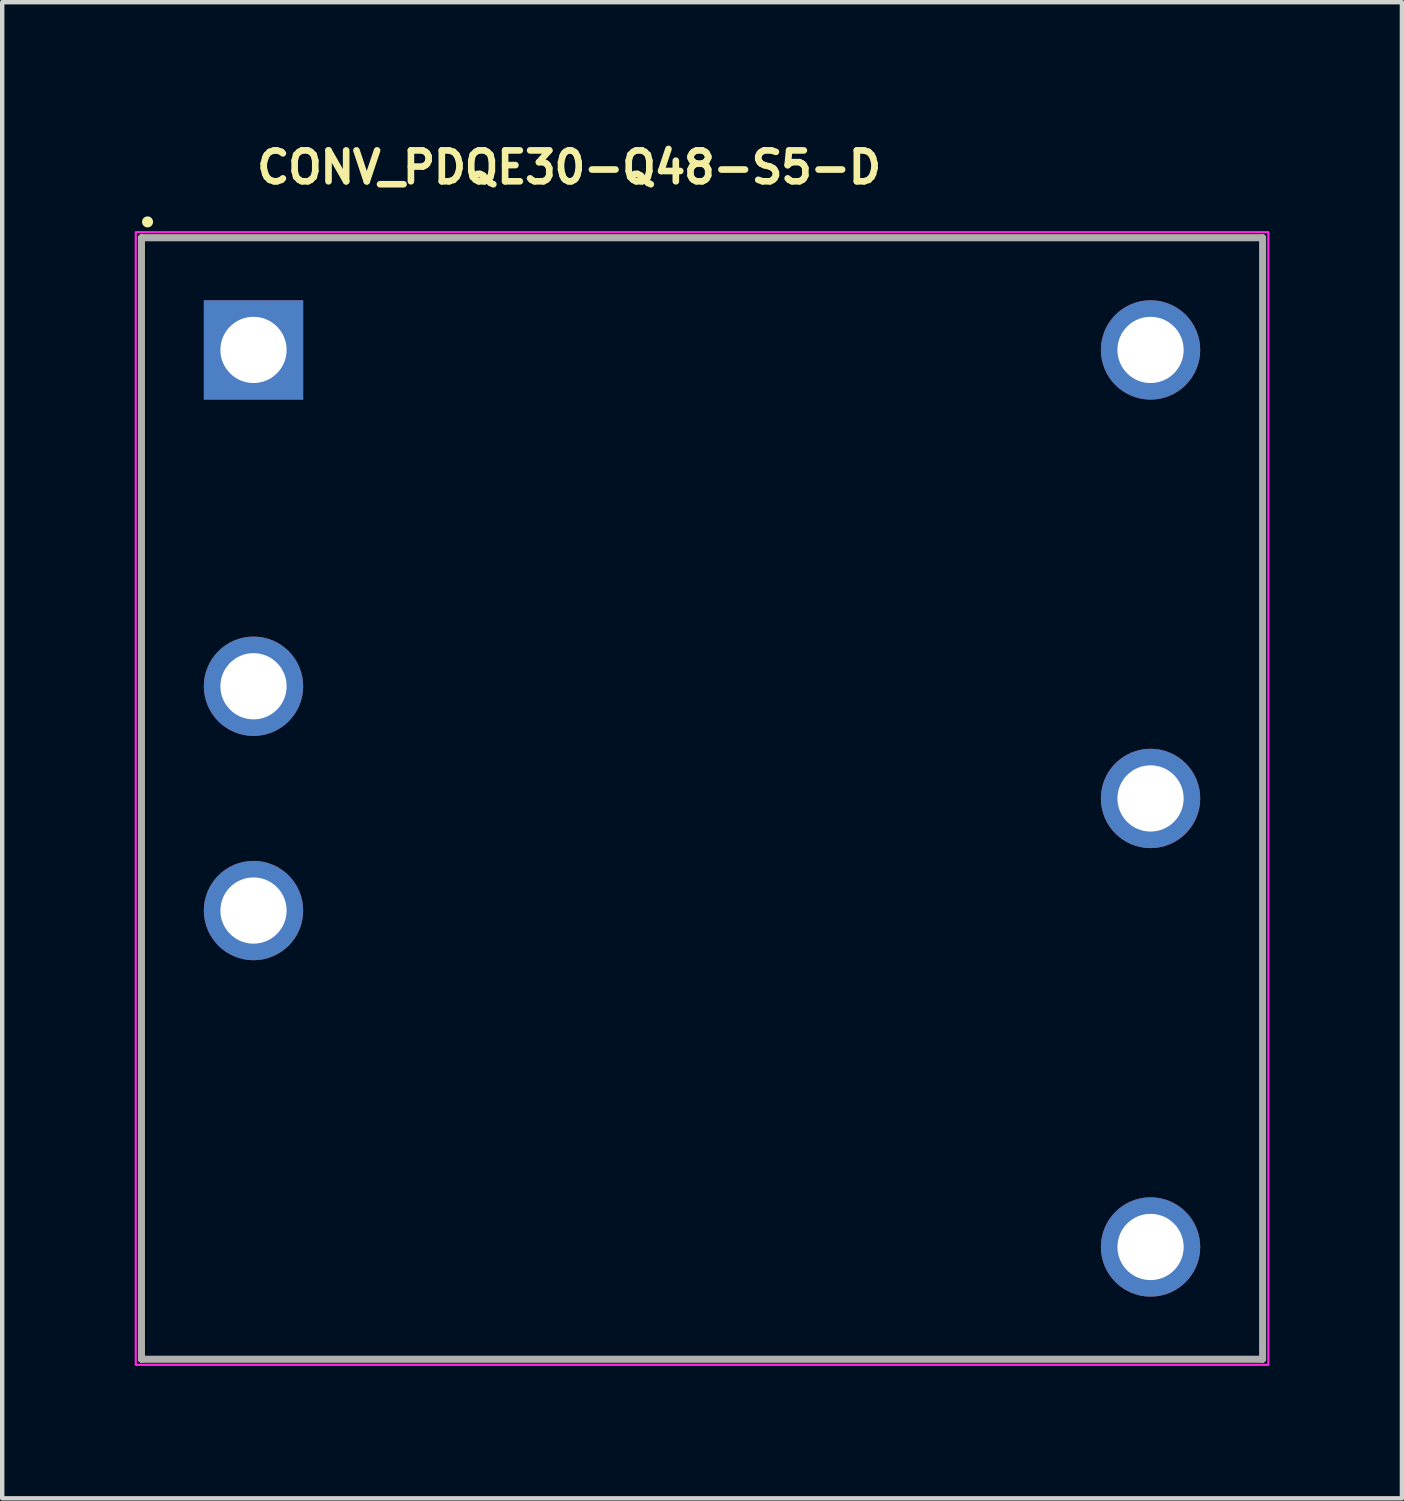
<source format=kicad_pcb>
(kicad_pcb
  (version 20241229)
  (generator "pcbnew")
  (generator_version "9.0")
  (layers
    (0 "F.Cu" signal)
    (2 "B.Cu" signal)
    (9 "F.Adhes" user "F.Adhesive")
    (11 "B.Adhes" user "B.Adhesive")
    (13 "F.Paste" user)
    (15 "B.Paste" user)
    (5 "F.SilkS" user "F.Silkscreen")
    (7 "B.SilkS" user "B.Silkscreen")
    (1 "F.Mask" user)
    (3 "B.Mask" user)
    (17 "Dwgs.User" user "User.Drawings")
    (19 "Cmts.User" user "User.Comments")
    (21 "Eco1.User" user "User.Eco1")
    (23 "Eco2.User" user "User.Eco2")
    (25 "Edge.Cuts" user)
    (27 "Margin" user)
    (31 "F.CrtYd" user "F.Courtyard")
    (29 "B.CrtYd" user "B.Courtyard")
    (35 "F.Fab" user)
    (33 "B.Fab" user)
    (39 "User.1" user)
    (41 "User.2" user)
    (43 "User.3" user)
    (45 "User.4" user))
  (footprint "CONV_PDQE30-Q48-S5-D"
    (layer "F.Cu")
    (at 2.692 4.876)
    (property "Reference" "CONV_PDQE30-Q48-S5-D" (at 0 -3.726 0) (layer "F.SilkS") (effects (font (size 0.7 0.7) (thickness 0.15)) (justify left bottom)))
    (attr through_hole)
    (fp_line (start -2.54 -2.54) (end 22.859 -2.54) (stroke (width 0.15) (type solid)) (layer "F.SilkS"))
    (fp_line (start -2.54 22.859) (end -2.54 -2.54) (stroke (width 0.15) (type solid)) (layer "F.SilkS"))
    (fp_line (start 22.859 -2.54) (end 22.859 22.859) (stroke (width 0.15) (type solid)) (layer "F.SilkS"))
    (fp_line (start 22.859 22.859) (end -2.54 22.859) (stroke (width 0.15) (type solid)) (layer "F.SilkS"))
    (fp_circle (center -2.4 -2.9) (end -2.35 -2.9) (stroke (width 0.15) (type solid)) (fill yes) (layer "F.SilkS"))
    (fp_rect (start -2.667 -2.667) (end 22.987 22.987) (stroke (width 0.05) (type solid)) (fill no) (layer "F.CrtYd"))
    (fp_line (start -2.54 -2.54) (end 22.859 -2.54) (stroke (width 0.15) (type solid)) (layer "F.Fab"))
    (fp_line (start -2.54 22.859) (end -2.54 -2.54) (stroke (width 0.15) (type solid)) (layer "F.Fab"))
    (fp_line (start 22.859 -2.54) (end 22.859 22.859) (stroke (width 0.15) (type solid)) (layer "F.Fab"))
    (fp_line (start 22.859 22.859) (end -2.54 22.859) (stroke (width 0.15) (type solid)) (layer "F.Fab"))
    (fp_rect (start -2.54 -2.54) (end 22.859 22.859) (stroke (width 0.1) (type solid)) (fill no) (layer "User.5"))
    (fp_rect (start -2.54 -2.54) (end 22.859 22.859) (stroke (width 0.1) (type solid)) (fill no) (layer "User.5"))
    (fp_rect (start -2.54 -2.54) (end 22.859 22.859) (stroke (width 0.1) (type solid)) (fill no) (layer "User.5"))
    (fp_line (start -2.54 -2.182) (end -2.54 -2.161) (stroke (width 0.02) (type solid)) (layer "User.9"))
    (fp_line (start -2.54 -2.161) (end -2.54 -2.141) (stroke (width 0.02) (type solid)) (layer "User.9"))
    (fp_line (start -2.54 22.46) (end -2.54 -2.141) (stroke (width 0.02) (type solid)) (layer "User.9"))
    (fp_line (start -2.54 22.46) (end -2.54 22.478) (stroke (width 0.02) (type solid)) (layer "User.9"))
    (fp_line (start -2.54 22.478) (end -2.54 22.498) (stroke (width 0.02) (type solid)) (layer "User.9"))
    (fp_line (start -2.54 22.498) (end -2.536 22.518) (stroke (width 0.02) (type solid)) (layer "User.9"))
    (fp_line (start -2.536 -2.202) (end -2.54 -2.182) (stroke (width 0.02) (type solid)) (layer "User.9"))
    (fp_line (start -2.536 22.518) (end -2.532 22.539) (stroke (width 0.02) (type solid)) (layer "User.9"))
    (fp_line (start -2.532 -2.222) (end -2.536 -2.202) (stroke (width 0.02) (type solid)) (layer "User.9"))
    (fp_line (start -2.532 22.539) (end -2.528 22.559) (stroke (width 0.02) (type solid)) (layer "User.9"))
    (fp_line (start -2.528 -2.242) (end -2.532 -2.222) (stroke (width 0.02) (type solid)) (layer "User.9"))
    (fp_line (start -2.528 22.559) (end -2.524 22.577) (stroke (width 0.02) (type solid)) (layer "User.9"))
    (fp_line (start -2.524 -2.259) (end -2.528 -2.242) (stroke (width 0.02) (type solid)) (layer "User.9"))
    (fp_line (start -2.524 22.577) (end -2.516 22.597) (stroke (width 0.02) (type solid)) (layer "User.9"))
    (fp_line (start -2.516 -2.278) (end -2.524 -2.259) (stroke (width 0.02) (type solid)) (layer "User.9"))
    (fp_line (start -2.516 22.597) (end -2.509 22.614) (stroke (width 0.02) (type solid)) (layer "User.9"))
    (fp_line (start -2.509 -2.298) (end -2.516 -2.278) (stroke (width 0.02) (type solid)) (layer "User.9"))
    (fp_line (start -2.509 22.614) (end -2.501 22.632) (stroke (width 0.02) (type solid)) (layer "User.9"))
    (fp_line (start -2.501 -2.315) (end -2.509 -2.298) (stroke (width 0.02) (type solid)) (layer "User.9"))
    (fp_line (start -2.501 22.632) (end -2.492 22.649) (stroke (width 0.02) (type solid)) (layer "User.9"))
    (fp_line (start -2.492 -2.331) (end -2.501 -2.315) (stroke (width 0.02) (type solid)) (layer "User.9"))
    (fp_line (start -2.492 22.649) (end -2.484 22.667) (stroke (width 0.02) (type solid)) (layer "User.9"))
    (fp_line (start -2.484 -2.348) (end -2.492 -2.331) (stroke (width 0.02) (type solid)) (layer "User.9"))
    (fp_line (start -2.484 22.667) (end -2.472 22.681) (stroke (width 0.02) (type solid)) (layer "User.9"))
    (fp_line (start -2.472 -2.364) (end -2.484 -2.348) (stroke (width 0.02) (type solid)) (layer "User.9"))
    (fp_line (start -2.472 22.681) (end -2.461 22.699) (stroke (width 0.02) (type solid)) (layer "User.9"))
    (fp_line (start -2.461 -2.38) (end -2.472 -2.364) (stroke (width 0.02) (type solid)) (layer "User.9"))
    (fp_line (start -2.461 22.699) (end -2.449 22.713) (stroke (width 0.02) (type solid)) (layer "User.9"))
    (fp_line (start -2.449 -2.395) (end -2.461 -2.38) (stroke (width 0.02) (type solid)) (layer "User.9"))
    (fp_line (start -2.449 22.713) (end -2.437 22.728) (stroke (width 0.02) (type solid)) (layer "User.9"))
    (fp_line (start -2.437 -2.411) (end -2.449 -2.395) (stroke (width 0.02) (type solid)) (layer "User.9"))
    (fp_line (start -2.437 22.728) (end -2.423 22.742) (stroke (width 0.02) (type solid)) (layer "User.9"))
    (fp_line (start -2.423 -2.423) (end -2.437 -2.411) (stroke (width 0.02) (type solid)) (layer "User.9"))
    (fp_line (start -2.423 22.742) (end -2.411 22.754) (stroke (width 0.02) (type solid)) (layer "User.9"))
    (fp_line (start -2.411 -2.437) (end -2.423 -2.423) (stroke (width 0.02) (type solid)) (layer "User.9"))
    (fp_line (start -2.411 22.754) (end -2.395 22.768) (stroke (width 0.02) (type solid)) (layer "User.9"))
    (fp_line (start -2.395 -2.449) (end -2.411 -2.437) (stroke (width 0.02) (type solid)) (layer "User.9"))
    (fp_line (start -2.395 22.768) (end -2.38 22.78) (stroke (width 0.02) (type solid)) (layer "User.9"))
    (fp_line (start -2.38 -2.461) (end -2.395 -2.449) (stroke (width 0.02) (type solid)) (layer "User.9"))
    (fp_line (start -2.38 22.78) (end -2.364 22.789) (stroke (width 0.02) (type solid)) (layer "User.9"))
    (fp_line (start -2.364 -2.472) (end -2.38 -2.461) (stroke (width 0.02) (type solid)) (layer "User.9"))
    (fp_line (start -2.364 22.789) (end -2.348 22.8) (stroke (width 0.02) (type solid)) (layer "User.9"))
    (fp_line (start -2.348 -2.484) (end -2.364 -2.472) (stroke (width 0.02) (type solid)) (layer "User.9"))
    (fp_line (start -2.348 22.8) (end -2.331 22.809) (stroke (width 0.02) (type solid)) (layer "User.9"))
    (fp_line (start -2.331 -2.492) (end -2.348 -2.484) (stroke (width 0.02) (type solid)) (layer "User.9"))
    (fp_line (start -2.331 22.809) (end -2.315 22.818) (stroke (width 0.02) (type solid)) (layer "User.9"))
    (fp_line (start -2.315 -2.501) (end -2.331 -2.492) (stroke (width 0.02) (type solid)) (layer "User.9"))
    (fp_line (start -2.315 22.818) (end -2.298 22.827) (stroke (width 0.02) (type solid)) (layer "User.9"))
    (fp_line (start -2.298 -2.509) (end -2.315 -2.501) (stroke (width 0.02) (type solid)) (layer "User.9"))
    (fp_line (start -2.298 22.827) (end -2.278 22.835) (stroke (width 0.02) (type solid)) (layer "User.9"))
    (fp_line (start -2.278 -2.516) (end -2.298 -2.509) (stroke (width 0.02) (type solid)) (layer "User.9"))
    (fp_line (start -2.278 22.835) (end -2.259 22.841) (stroke (width 0.02) (type solid)) (layer "User.9"))
    (fp_line (start -2.259 -2.524) (end -2.278 -2.516) (stroke (width 0.02) (type solid)) (layer "User.9"))
    (fp_line (start -2.259 22.841) (end -2.242 22.847) (stroke (width 0.02) (type solid)) (layer "User.9"))
    (fp_line (start -2.242 -2.528) (end -2.259 -2.524) (stroke (width 0.02) (type solid)) (layer "User.9"))
    (fp_line (start -2.242 22.847) (end -2.222 22.85) (stroke (width 0.02) (type solid)) (layer "User.9"))
    (fp_line (start -2.222 -2.532) (end -2.242 -2.528) (stroke (width 0.02) (type solid)) (layer "User.9"))
    (fp_line (start -2.222 22.85) (end -2.202 22.853) (stroke (width 0.02) (type solid)) (layer "User.9"))
    (fp_line (start -2.202 -2.536) (end -2.222 -2.532) (stroke (width 0.02) (type solid)) (layer "User.9"))
    (fp_line (start -2.202 22.853) (end -2.182 22.856) (stroke (width 0.02) (type solid)) (layer "User.9"))
    (fp_line (start -2.182 -2.54) (end -2.202 -2.536) (stroke (width 0.02) (type solid)) (layer "User.9"))
    (fp_line (start -2.182 22.856) (end -2.161 22.859) (stroke (width 0.02) (type solid)) (layer "User.9"))
    (fp_line (start -2.161 -2.54) (end -2.182 -2.54) (stroke (width 0.02) (type solid)) (layer "User.9"))
    (fp_line (start -2.161 22.859) (end -2.141 22.859) (stroke (width 0.02) (type solid)) (layer "User.9"))
    (fp_line (start -2.141 -2.54) (end -2.161 -2.54) (stroke (width 0.02) (type solid)) (layer "User.9"))
    (fp_line (start -2.141 -2.54) (end 22.46 -2.54) (stroke (width 0.02) (type solid)) (layer "User.9"))
    (fp_line (start 22.46 -2.54) (end 22.478 -2.54) (stroke (width 0.02) (type solid)) (layer "User.9"))
    (fp_line (start 22.46 22.859) (end -2.141 22.859) (stroke (width 0.02) (type solid)) (layer "User.9"))
    (fp_line (start 22.46 22.859) (end 22.478 22.859) (stroke (width 0.02) (type solid)) (layer "User.9"))
    (fp_line (start 22.478 -2.54) (end 22.498 -2.54) (stroke (width 0.02) (type solid)) (layer "User.9"))
    (fp_line (start 22.478 22.859) (end 22.498 22.856) (stroke (width 0.02) (type solid)) (layer "User.9"))
    (fp_line (start 22.498 -2.54) (end 22.518 -2.536) (stroke (width 0.02) (type solid)) (layer "User.9"))
    (fp_line (start 22.498 22.856) (end 22.518 22.853) (stroke (width 0.02) (type solid)) (layer "User.9"))
    (fp_line (start 22.518 -2.536) (end 22.539 -2.532) (stroke (width 0.02) (type solid)) (layer "User.9"))
    (fp_line (start 22.518 22.853) (end 22.539 22.85) (stroke (width 0.02) (type solid)) (layer "User.9"))
    (fp_line (start 22.539 -2.532) (end 22.559 -2.528) (stroke (width 0.02) (type solid)) (layer "User.9"))
    (fp_line (start 22.539 22.85) (end 22.559 22.847) (stroke (width 0.02) (type solid)) (layer "User.9"))
    (fp_line (start 22.559 -2.528) (end 22.577 -2.524) (stroke (width 0.02) (type solid)) (layer "User.9"))
    (fp_line (start 22.559 22.847) (end 22.577 22.841) (stroke (width 0.02) (type solid)) (layer "User.9"))
    (fp_line (start 22.577 -2.524) (end 22.597 -2.516) (stroke (width 0.02) (type solid)) (layer "User.9"))
    (fp_line (start 22.577 22.841) (end 22.597 22.835) (stroke (width 0.02) (type solid)) (layer "User.9"))
    (fp_line (start 22.597 -2.516) (end 22.614 -2.509) (stroke (width 0.02) (type solid)) (layer "User.9"))
    (fp_line (start 22.597 22.835) (end 22.614 22.827) (stroke (width 0.02) (type solid)) (layer "User.9"))
    (fp_line (start 22.614 -2.509) (end 22.632 -2.501) (stroke (width 0.02) (type solid)) (layer "User.9"))
    (fp_line (start 22.614 22.827) (end 22.632 22.818) (stroke (width 0.02) (type solid)) (layer "User.9"))
    (fp_line (start 22.632 -2.501) (end 22.649 -2.492) (stroke (width 0.02) (type solid)) (layer "User.9"))
    (fp_line (start 22.632 22.818) (end 22.649 22.809) (stroke (width 0.02) (type solid)) (layer "User.9"))
    (fp_line (start 22.649 -2.492) (end 22.667 -2.484) (stroke (width 0.02) (type solid)) (layer "User.9"))
    (fp_line (start 22.649 22.809) (end 22.667 22.8) (stroke (width 0.02) (type solid)) (layer "User.9"))
    (fp_line (start 22.667 -2.484) (end 22.681 -2.472) (stroke (width 0.02) (type solid)) (layer "User.9"))
    (fp_line (start 22.667 22.8) (end 22.681 22.789) (stroke (width 0.02) (type solid)) (layer "User.9"))
    (fp_line (start 22.681 -2.472) (end 22.699 -2.461) (stroke (width 0.02) (type solid)) (layer "User.9"))
    (fp_line (start 22.681 22.789) (end 22.699 22.78) (stroke (width 0.02) (type solid)) (layer "User.9"))
    (fp_line (start 22.699 -2.461) (end 22.713 -2.449) (stroke (width 0.02) (type solid)) (layer "User.9"))
    (fp_line (start 22.699 22.78) (end 22.713 22.768) (stroke (width 0.02) (type solid)) (layer "User.9"))
    (fp_line (start 22.713 -2.449) (end 22.728 -2.437) (stroke (width 0.02) (type solid)) (layer "User.9"))
    (fp_line (start 22.713 22.768) (end 22.728 22.754) (stroke (width 0.02) (type solid)) (layer "User.9"))
    (fp_line (start 22.728 -2.437) (end 22.742 -2.423) (stroke (width 0.02) (type solid)) (layer "User.9"))
    (fp_line (start 22.728 22.754) (end 22.742 22.742) (stroke (width 0.02) (type solid)) (layer "User.9"))
    (fp_line (start 22.742 -2.423) (end 22.754 -2.411) (stroke (width 0.02) (type solid)) (layer "User.9"))
    (fp_line (start 22.742 22.742) (end 22.754 22.728) (stroke (width 0.02) (type solid)) (layer "User.9"))
    (fp_line (start 22.754 -2.411) (end 22.768 -2.395) (stroke (width 0.02) (type solid)) (layer "User.9"))
    (fp_line (start 22.754 22.728) (end 22.768 22.713) (stroke (width 0.02) (type solid)) (layer "User.9"))
    (fp_line (start 22.768 -2.395) (end 22.78 -2.38) (stroke (width 0.02) (type solid)) (layer "User.9"))
    (fp_line (start 22.768 22.713) (end 22.78 22.699) (stroke (width 0.02) (type solid)) (layer "User.9"))
    (fp_line (start 22.78 -2.38) (end 22.789 -2.364) (stroke (width 0.02) (type solid)) (layer "User.9"))
    (fp_line (start 22.78 22.699) (end 22.789 22.681) (stroke (width 0.02) (type solid)) (layer "User.9"))
    (fp_line (start 22.789 -2.364) (end 22.8 -2.348) (stroke (width 0.02) (type solid)) (layer "User.9"))
    (fp_line (start 22.789 22.681) (end 22.8 22.667) (stroke (width 0.02) (type solid)) (layer "User.9"))
    (fp_line (start 22.8 -2.348) (end 22.809 -2.331) (stroke (width 0.02) (type solid)) (layer "User.9"))
    (fp_line (start 22.8 22.667) (end 22.809 22.649) (stroke (width 0.02) (type solid)) (layer "User.9"))
    (fp_line (start 22.809 -2.331) (end 22.818 -2.315) (stroke (width 0.02) (type solid)) (layer "User.9"))
    (fp_line (start 22.809 22.649) (end 22.818 22.632) (stroke (width 0.02) (type solid)) (layer "User.9"))
    (fp_line (start 22.818 -2.315) (end 22.827 -2.298) (stroke (width 0.02) (type solid)) (layer "User.9"))
    (fp_line (start 22.818 22.632) (end 22.827 22.614) (stroke (width 0.02) (type solid)) (layer "User.9"))
    (fp_line (start 22.827 -2.298) (end 22.835 -2.278) (stroke (width 0.02) (type solid)) (layer "User.9"))
    (fp_line (start 22.827 22.614) (end 22.835 22.597) (stroke (width 0.02) (type solid)) (layer "User.9"))
    (fp_line (start 22.835 -2.278) (end 22.841 -2.259) (stroke (width 0.02) (type solid)) (layer "User.9"))
    (fp_line (start 22.835 22.597) (end 22.841 22.577) (stroke (width 0.02) (type solid)) (layer "User.9"))
    (fp_line (start 22.841 -2.259) (end 22.847 -2.242) (stroke (width 0.02) (type solid)) (layer "User.9"))
    (fp_line (start 22.841 22.577) (end 22.847 22.559) (stroke (width 0.02) (type solid)) (layer "User.9"))
    (fp_line (start 22.847 -2.242) (end 22.85 -2.222) (stroke (width 0.02) (type solid)) (layer "User.9"))
    (fp_line (start 22.847 22.559) (end 22.85 22.539) (stroke (width 0.02) (type solid)) (layer "User.9"))
    (fp_line (start 22.85 -2.222) (end 22.853 -2.202) (stroke (width 0.02) (type solid)) (layer "User.9"))
    (fp_line (start 22.85 22.539) (end 22.853 22.518) (stroke (width 0.02) (type solid)) (layer "User.9"))
    (fp_line (start 22.853 -2.202) (end 22.856 -2.182) (stroke (width 0.02) (type solid)) (layer "User.9"))
    (fp_line (start 22.853 22.518) (end 22.856 22.498) (stroke (width 0.02) (type solid)) (layer "User.9"))
    (fp_line (start 22.856 -2.182) (end 22.859 -2.161) (stroke (width 0.02) (type solid)) (layer "User.9"))
    (fp_line (start 22.856 22.498) (end 22.859 22.478) (stroke (width 0.02) (type solid)) (layer "User.9"))
    (fp_line (start 22.859 -2.161) (end 22.859 -2.141) (stroke (width 0.02) (type solid)) (layer "User.9"))
    (fp_line (start 22.859 -2.141) (end 22.859 22.46) (stroke (width 0.02) (type solid)) (layer "User.9"))
    (fp_line (start 22.859 22.478) (end 22.859 22.46) (stroke (width 0.02) (type solid)) (layer "User.9"))
    (pad "1" thru_hole rect (at 0 0) (size 2.25 2.25) (drill 1.5) (layers "*.Cu" "*.Mask"))
    (pad "2" thru_hole circle (at 0 7.618) (size 2.25 2.25) (drill 1.5) (layers "*.Cu" "*.Mask"))
    (pad "3" thru_hole circle (at 0 12.698) (size 2.25 2.25) (drill 1.5) (layers "*.Cu" "*.Mask"))
    (pad "4" thru_hole circle (at 20.318 20.318) (size 2.25 2.25) (drill 1.5) (layers "*.Cu" "*.Mask"))
    (pad "5" thru_hole circle (at 20.318 10.159) (size 2.25 2.25) (drill 1.5) (layers "*.Cu" "*.Mask"))
    (pad "6" thru_hole circle (at 20.318 0) (size 2.25 2.25) (drill 1.5) (layers "*.Cu" "*.Mask")))
  (gr_rect
    (start -3 -3)
    (end 28.704 30.888)
    (stroke (width 0.1) (type default))
    (fill no)
    (layer "Edge.Cuts")))
</source>
